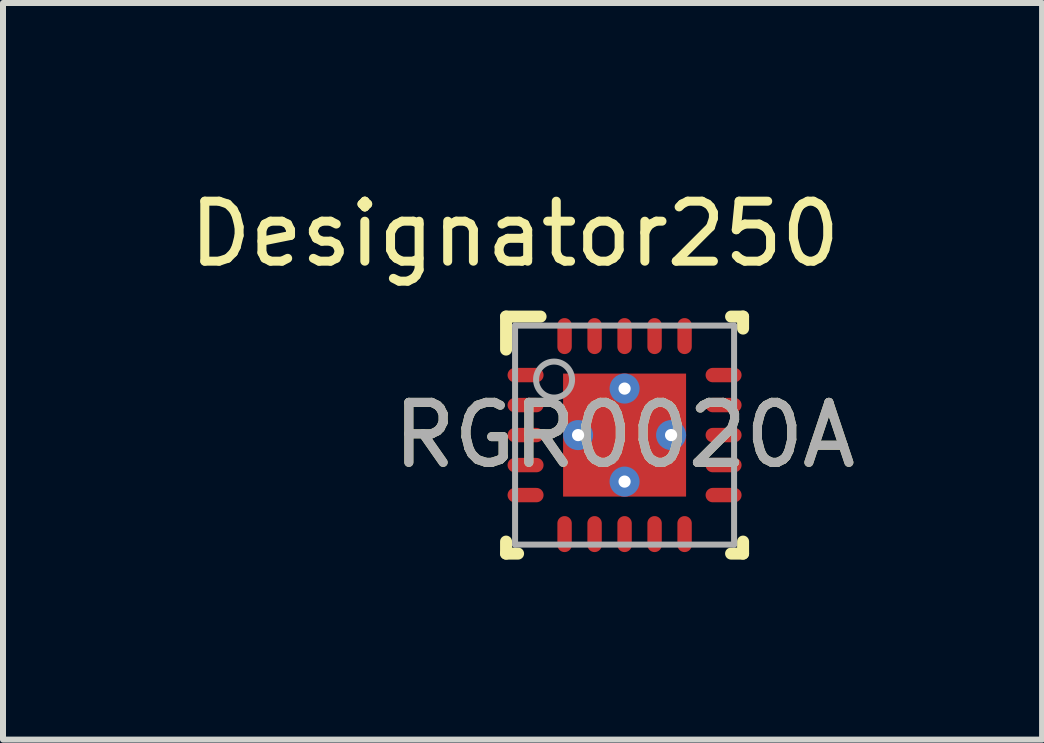
<source format=kicad_pcb>
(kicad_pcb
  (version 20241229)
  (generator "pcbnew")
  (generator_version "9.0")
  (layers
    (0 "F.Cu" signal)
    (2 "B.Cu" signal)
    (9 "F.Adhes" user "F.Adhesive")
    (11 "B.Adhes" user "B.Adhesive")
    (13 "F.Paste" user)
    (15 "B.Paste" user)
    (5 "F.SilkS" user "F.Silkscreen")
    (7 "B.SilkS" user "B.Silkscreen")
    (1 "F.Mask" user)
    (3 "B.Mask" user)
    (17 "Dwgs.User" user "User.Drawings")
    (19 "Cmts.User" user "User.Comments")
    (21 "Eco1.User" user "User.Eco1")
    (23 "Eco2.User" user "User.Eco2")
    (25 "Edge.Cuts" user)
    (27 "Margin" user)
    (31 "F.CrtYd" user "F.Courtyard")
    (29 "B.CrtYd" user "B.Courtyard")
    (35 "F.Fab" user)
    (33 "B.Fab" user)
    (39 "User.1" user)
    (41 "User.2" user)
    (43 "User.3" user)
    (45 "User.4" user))
  (footprint "RGR0020A"
    (layer "F.Cu")
    (at 7.359 4.201)
    (property "Reference" "RGR0020A" (at 0 0 0) (unlocked yes) (layer "F.SilkS") (effects (font (size 1 1) (thickness 0.15))))
    (attr smd)
    (fp_line (start -1.975 -1.975) (end -1.4 -1.975) (stroke (width 0.2) (type solid)) (layer "F.SilkS"))
    (fp_line (start -1.975 -1.425) (end -1.975 -1.975) (stroke (width 0.2) (type solid)) (layer "F.SilkS"))
    (fp_line (start -1.975 1.975) (end -1.975 1.775) (stroke (width 0.2) (type solid)) (layer "F.SilkS"))
    (fp_line (start -1.975 1.975) (end -1.775 1.975) (stroke (width 0.2) (type solid)) (layer "F.SilkS"))
    (fp_line (start 1.775 -1.975) (end 1.975 -1.975) (stroke (width 0.2) (type solid)) (layer "F.SilkS"))
    (fp_line (start 1.775 1.975) (end 1.975 1.975) (stroke (width 0.2) (type solid)) (layer "F.SilkS"))
    (fp_line (start 1.975 -1.775) (end 1.975 -1.975) (stroke (width 0.2) (type solid)) (layer "F.SilkS"))
    (fp_line (start 1.975 1.975) (end 1.975 1.775) (stroke (width 0.2) (type solid)) (layer "F.SilkS"))
    (fp_poly (pts (xy -0.1 -1.017) (xy -1.017 -1.017) (xy -1.017 -0.1) (xy -0.1 -0.1)) (stroke (width 0) (type solid)) (fill yes) (layer "F.Paste"))
    (fp_poly (pts (xy -0.1 0.1) (xy -1.017 0.1) (xy -1.017 1.017) (xy -0.1 1.017)) (stroke (width 0) (type solid)) (fill yes) (layer "F.Paste"))
    (fp_poly (pts (xy 0.1 -0.1) (xy 1.017 -0.1) (xy 1.017 -1.017) (xy 0.1 -1.017)) (stroke (width 0) (type solid)) (fill yes) (layer "F.Paste"))
    (fp_poly (pts (xy 0.1 1.017) (xy 1.017 1.017) (xy 1.017 0.1) (xy 0.1 0.1)) (stroke (width 0) (type solid)) (fill yes) (layer "F.Paste"))
    (fp_line (start -1.825 -1.825) (end 1.825 -1.825) (stroke (width 0.1) (type solid)) (layer "F.Fab"))
    (fp_line (start -1.825 1.825) (end -1.825 -1.825) (stroke (width 0.1) (type solid)) (layer "F.Fab"))
    (fp_line (start -1.825 1.825) (end 1.825 1.825) (stroke (width 0.1) (type solid)) (layer "F.Fab"))
    (fp_line (start 1.825 1.825) (end 1.825 -1.825) (stroke (width 0.1) (type solid)) (layer "F.Fab"))
    (fp_circle (center -1.175 -0.925) (end -0.875 -0.925) (stroke (width 0.1) (type solid)) (fill no) (layer "F.Fab"))
    (fp_text user "Designator250" (at -1.829 -3.353 0) (unlocked yes) (layer "F.SilkS") (effects (font (size 1 1) (thickness 0.15))))
    (fp_text user "${REFERENCE}" (at 0 0 0) (unlocked yes) (layer "F.Fab") (effects (font (size 1 1) (thickness 0.15))))
    (pad "1" smd oval (at -1.65 -1 90) (size 0.24 0.6) (layers "F.Cu" "F.Mask" "F.Paste"))
    (pad "2" smd oval (at -1.65 -0.5 90) (size 0.24 0.6) (layers "F.Cu" "F.Mask" "F.Paste"))
    (pad "3" smd oval (at -1.65 0 90) (size 0.24 0.6) (layers "F.Cu" "F.Mask" "F.Paste"))
    (pad "4" smd oval (at -1.65 0.5 90) (size 0.24 0.6) (layers "F.Cu" "F.Mask" "F.Paste"))
    (pad "5" smd oval (at -1.65 1 90) (size 0.24 0.6) (layers "F.Cu" "F.Mask" "F.Paste"))
    (pad "6" smd oval (at -1 1.65) (size 0.24 0.6) (layers "F.Cu" "F.Mask" "F.Paste"))
    (pad "7" smd oval (at -0.5 1.65) (size 0.24 0.6) (layers "F.Cu" "F.Mask" "F.Paste"))
    (pad "8" smd oval (at 0 1.65) (size 0.24 0.6) (layers "F.Cu" "F.Mask" "F.Paste"))
    (pad "9" smd oval (at 0.5 1.65) (size 0.24 0.6) (layers "F.Cu" "F.Mask" "F.Paste"))
    (pad "10" smd oval (at 1 1.65) (size 0.24 0.6) (layers "F.Cu" "F.Mask" "F.Paste"))
    (pad "11" smd oval (at 1.65 1 90) (size 0.24 0.6) (layers "F.Cu" "F.Mask" "F.Paste"))
    (pad "12" smd oval (at 1.65 0.5 90) (size 0.24 0.6) (layers "F.Cu" "F.Mask" "F.Paste"))
    (pad "13" smd oval (at 1.65 0 90) (size 0.24 0.6) (layers "F.Cu" "F.Mask" "F.Paste"))
    (pad "14" smd oval (at 1.65 -0.5 90) (size 0.24 0.6) (layers "F.Cu" "F.Mask" "F.Paste"))
    (pad "15" smd oval (at 1.65 -1 90) (size 0.24 0.6) (layers "F.Cu" "F.Mask" "F.Paste"))
    (pad "16" smd oval (at 1 -1.65) (size 0.24 0.6) (layers "F.Cu" "F.Mask" "F.Paste"))
    (pad "17" smd oval (at 0.5 -1.65) (size 0.24 0.6) (layers "F.Cu" "F.Mask" "F.Paste"))
    (pad "18" smd oval (at 0 -1.65) (size 0.24 0.6) (layers "F.Cu" "F.Mask" "F.Paste"))
    (pad "19" smd oval (at -0.5 -1.65) (size 0.24 0.6) (layers "F.Cu" "F.Mask" "F.Paste"))
    (pad "20" smd oval (at -1 -1.65) (size 0.24 0.6) (layers "F.Cu" "F.Mask" "F.Paste"))
    (pad "21" smd rect (at 0 0) (size 2.05 2.05) (layers "F.Cu" "F.Mask"))
    (pad "V" thru_hole circle (at -0.775 0) (size 0.5 0.5) (drill 0.203) (layers "*.Cu" "*.Mask"))
    (pad "V" thru_hole circle (at 0 -0.775) (size 0.5 0.5) (drill 0.203) (layers "*.Cu" "*.Mask"))
    (pad "V" thru_hole circle (at 0 0.775) (size 0.5 0.5) (drill 0.203) (layers "*.Cu" "*.Mask"))
    (pad "V" thru_hole circle (at 0.775 0) (size 0.5 0.5) (drill 0.203) (layers "*.Cu" "*.Mask")))
  (gr_rect
    (start -3 -3)
    (end 14.317 9.276)
    (stroke (width 0.1) (type default))
    (fill no)
    (layer "Edge.Cuts")))
</source>
